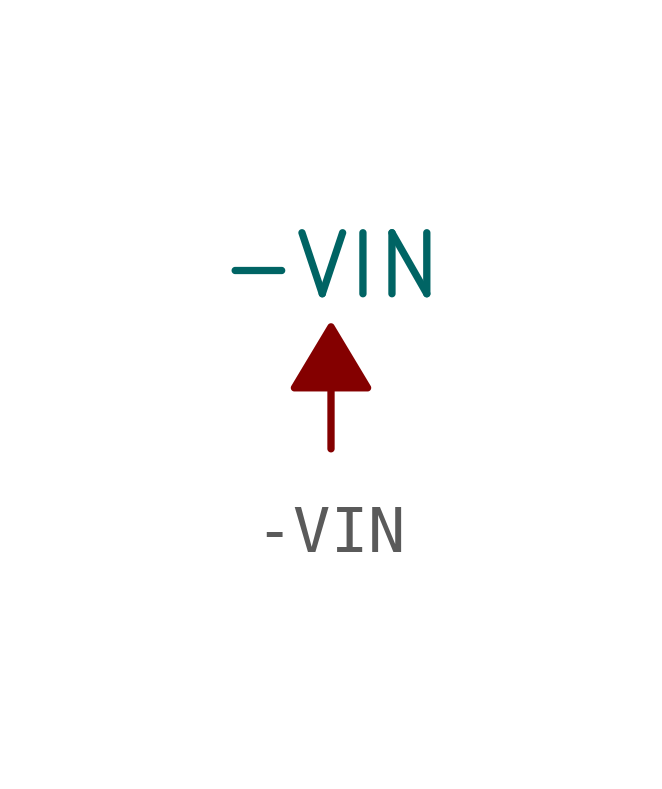
<source format=kicad_sym>
(kicad_symbol_lib
  (version 20220914)
  (generator kicad_symbol_editor)
  (symbol "-VIN"
    (power)
    (pin_names
      (offset 0))
    (property "Reference" "#PWR"
      (at 0 2.54 0)
      (effects (font (size 1.27 1.27)) hide))
    (property "Value" "-VIN"
      (at 0 3.81 0)
      (effects (font (size 1.27 1.27))))
    (symbol "-VIN_0_1"
      (polyline (pts (xy 0 0) (xy 0 1.27) (xy 0.762 1.27) (xy 0 2.54) (xy -0.762 1.27) (xy 0 1.27)) (stroke (width 0) (type default)) (fill (type outline))))
    (symbol "-VIN_1_0"
      (pin power_in line (at 0 0 90) (length 0) hide (name "-VIN" (effects (font (size 1.27 1.27)))) (number "1" (effects (font (size 1.27 1.27))))))))
</source>
